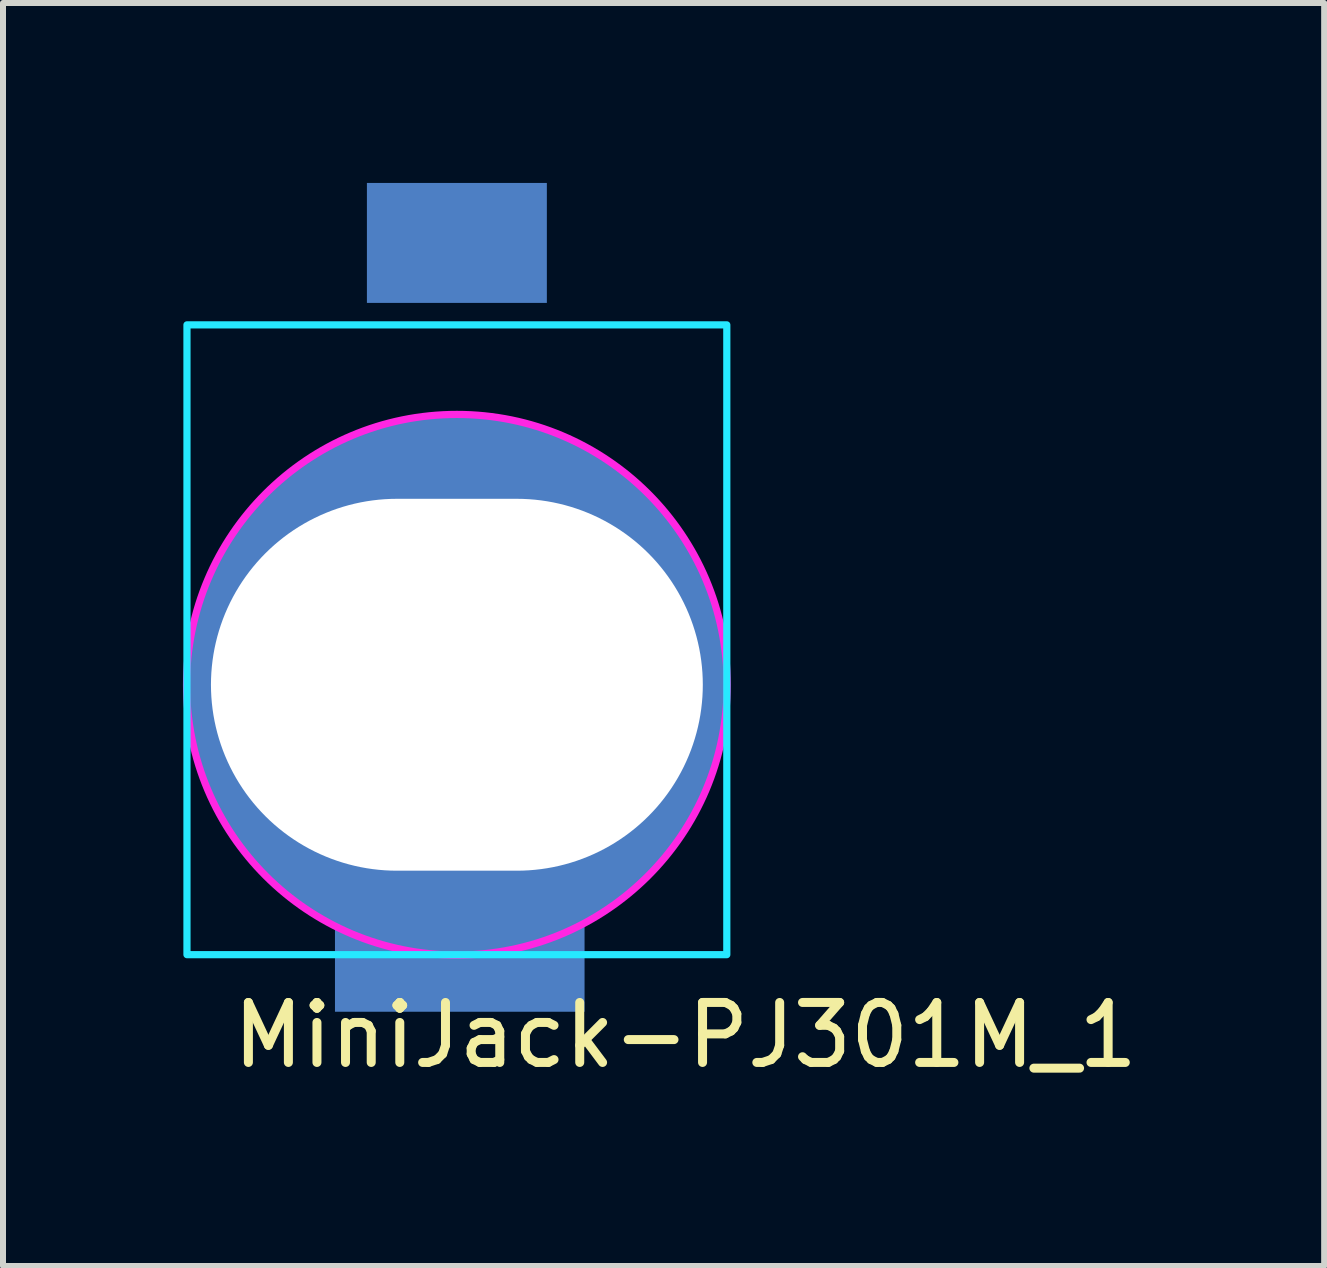
<source format=kicad_pcb>
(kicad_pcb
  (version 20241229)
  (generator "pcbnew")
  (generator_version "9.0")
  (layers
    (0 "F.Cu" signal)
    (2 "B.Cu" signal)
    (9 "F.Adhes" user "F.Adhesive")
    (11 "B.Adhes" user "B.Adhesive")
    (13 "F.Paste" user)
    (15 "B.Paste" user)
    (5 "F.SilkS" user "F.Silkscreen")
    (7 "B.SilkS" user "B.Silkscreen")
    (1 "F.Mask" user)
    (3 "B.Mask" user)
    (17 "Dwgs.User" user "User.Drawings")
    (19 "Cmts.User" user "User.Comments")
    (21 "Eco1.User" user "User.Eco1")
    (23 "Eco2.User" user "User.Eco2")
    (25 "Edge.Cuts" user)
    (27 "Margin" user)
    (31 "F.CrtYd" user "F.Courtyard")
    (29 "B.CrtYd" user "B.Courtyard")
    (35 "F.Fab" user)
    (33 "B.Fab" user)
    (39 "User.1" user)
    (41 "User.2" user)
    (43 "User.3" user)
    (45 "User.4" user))
  (footprint "MiniJack-PJ301M_1"
    (layer "F.Cu")
    (at 4.567 8.366)
    (property "Reference" "MiniJack-PJ301M_1" (at 3.81 5.842 0) (unlocked yes) (layer "F.SilkS") (effects (font (size 1 1) (thickness 0.15))))
    (attr through_hole)
    (fp_rect (start -4.5 -6) (end 4.5 4.5) (stroke (width 0.12) (type default)) (fill no) (layer "B.CrtYd"))
    (fp_circle (center 0 0) (end 4.5 0.25) (stroke (width 0.12) (type default)) (fill no) (layer "F.CrtYd"))
    (pad "1" smd rect (at 0 -7.366 90) (size 2 3) (layers "B.Cu" "B.Mask" "B.Paste"))
    (pad "2" thru_hole circle (at 0 0 90) (size 9 9) (drill oval 6.2 8.2) (layers "*.Cu" "*.Mask"))
    (pad "2" smd rect (at 0.048 4.516) (size 4.161 1.871) (layers "B.Cu" "B.Mask" "B.Paste")))
  (gr_rect
    (start -3 -3)
    (end 19.026 18.056)
    (stroke (width 0.1) (type default))
    (fill no)
    (layer "Edge.Cuts")))
</source>
